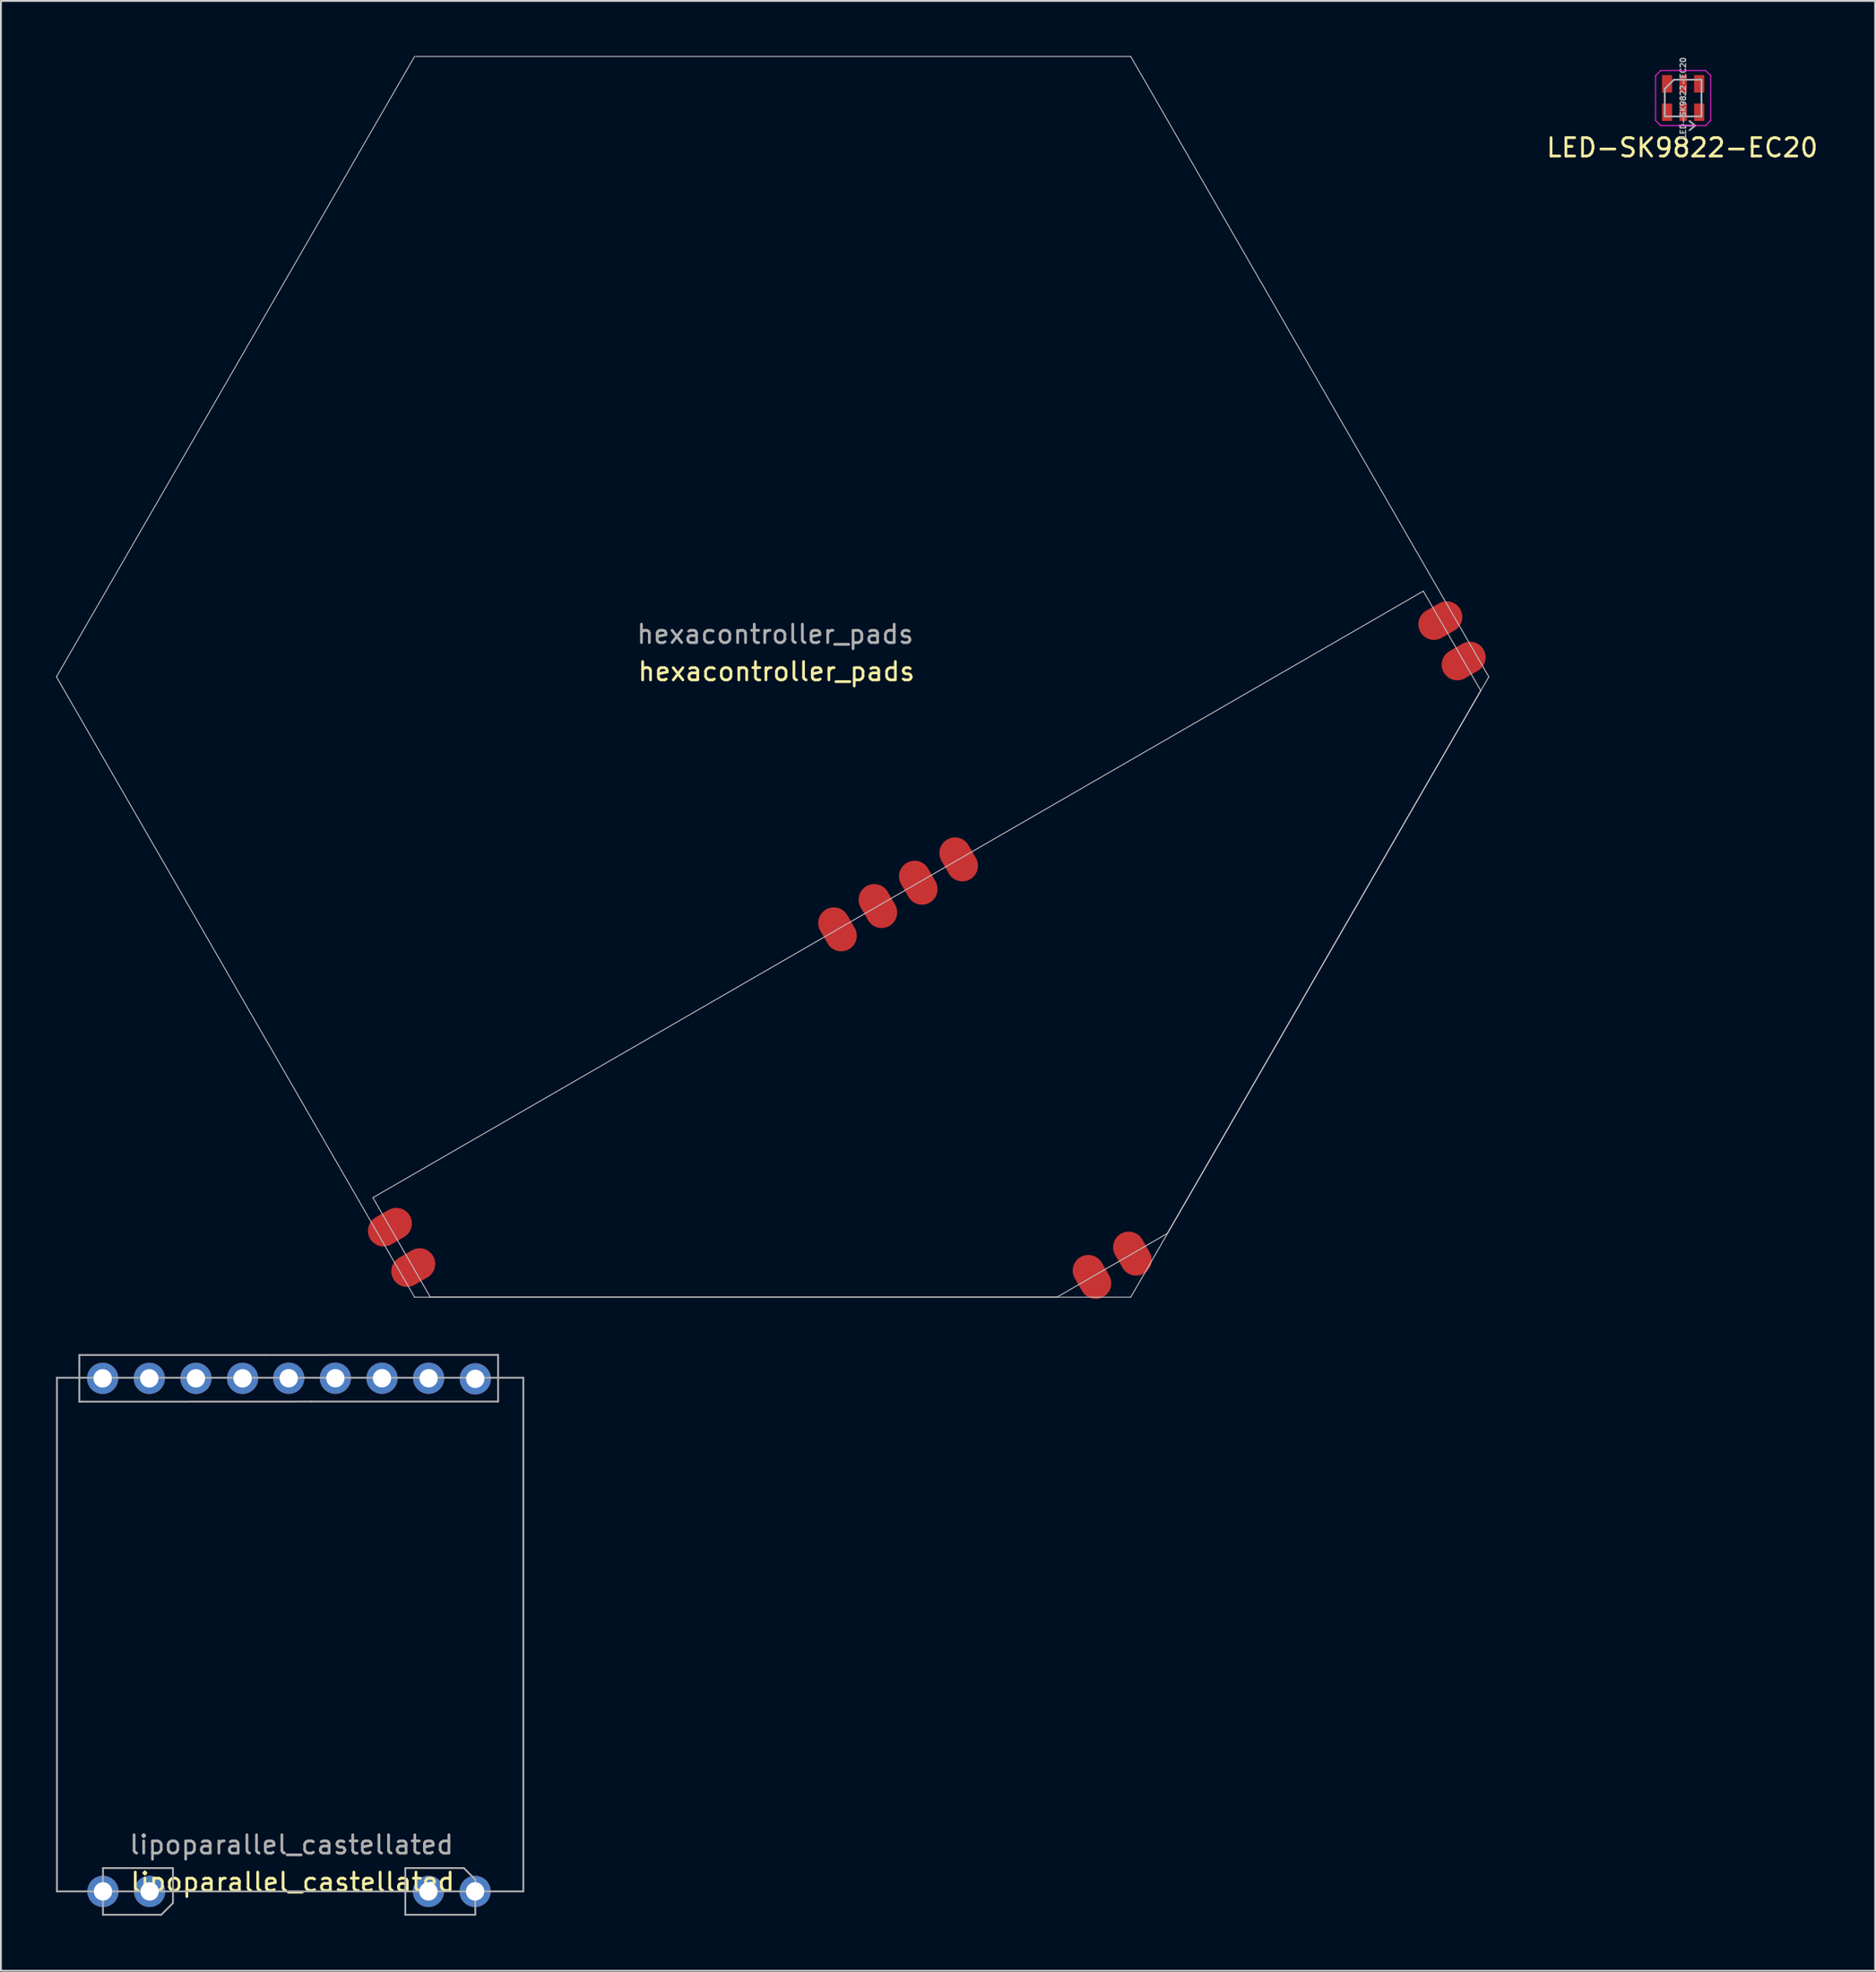
<source format=kicad_pcb>
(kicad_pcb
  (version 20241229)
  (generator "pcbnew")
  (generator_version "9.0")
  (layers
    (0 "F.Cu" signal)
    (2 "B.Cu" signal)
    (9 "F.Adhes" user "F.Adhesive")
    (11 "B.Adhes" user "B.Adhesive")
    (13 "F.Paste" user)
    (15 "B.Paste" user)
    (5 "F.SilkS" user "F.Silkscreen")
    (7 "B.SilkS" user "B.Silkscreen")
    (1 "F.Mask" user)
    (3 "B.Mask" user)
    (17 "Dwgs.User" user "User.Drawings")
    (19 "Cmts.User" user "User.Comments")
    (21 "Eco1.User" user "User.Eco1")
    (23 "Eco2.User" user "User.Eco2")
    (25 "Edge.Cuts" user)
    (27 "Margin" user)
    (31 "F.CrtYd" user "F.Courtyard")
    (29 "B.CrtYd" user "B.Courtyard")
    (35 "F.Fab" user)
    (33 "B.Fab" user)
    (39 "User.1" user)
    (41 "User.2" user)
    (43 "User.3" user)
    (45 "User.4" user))
  (footprint "hexacontroller_pads"
    (layer "F.Cu")
    (at 39.025 33.8)
    (property "Reference" "hexacontroller_pads" (at 0.206 -0.288 0) (unlocked yes) (layer "F.SilkS") (effects (font (size 1 1) (thickness 0.15))))
    (attr through_hole)
    (fp_line (start -39 0) (end -19.5 -33.775) (stroke (width 0.05) (type default)) (layer "Dwgs.User"))
    (fp_line (start -21.769 28.357) (end 35.432 -4.668) (stroke (width 0.05) (type default)) (layer "Dwgs.User"))
    (fp_line (start -19.5 33.775) (end -39 0) (stroke (width 0.05) (type default)) (layer "Dwgs.User"))
    (fp_line (start -19.45 -33.775) (end 19.5 -33.775) (stroke (width 0.05) (type default)) (layer "Dwgs.User"))
    (fp_line (start -18.644 33.77) (end -21.769 28.357) (stroke (width 0.05) (type default)) (layer "Dwgs.User"))
    (fp_line (start 15.49 33.77) (end -18.644 33.77) (stroke (width 0.05) (type default)) (layer "Dwgs.User"))
    (fp_line (start 15.49 33.77) (end 21.49 30.306) (stroke (width 0.05) (type default)) (layer "Dwgs.User"))
    (fp_line (start 19.5 -33.775) (end 39 0) (stroke (width 0.05) (type default)) (layer "Dwgs.User"))
    (fp_line (start 19.5 33.775) (end -19.5 33.775) (stroke (width 0.05) (type default)) (layer "Dwgs.User"))
    (fp_line (start 38.557 0.745) (end 21.49 30.306) (stroke (width 0.05) (type default)) (layer "Dwgs.User"))
    (fp_line (start 38.557 0.745) (end 35.432 -4.668) (stroke (width 0.05) (type default)) (layer "Dwgs.User"))
    (fp_line (start 39 0) (end 19.5 33.775) (stroke (width 0.05) (type default)) (layer "Dwgs.User"))
    (fp_text user "${REFERENCE}" (at 0.142 -2.32 0) (layer "F.Fab") (effects (font (size 1 1) (thickness 0.15))))
    (pad "1" smd oval (at 3.532 13.75 210) (size 1.7 2.5) (layers "F.Cu" "F.Mask" "F.Paste"))
    (pad "1" smd oval (at 10.131 9.94 210) (size 1.7 2.5) (layers "F.Cu" "F.Mask" "F.Paste"))
    (pad "1" smd oval (at 17.39 32.673 30) (size 1.7 2.5) (layers "F.Cu" "F.Mask" "F.Paste"))
    (pad "1" smd oval (at 19.59 31.403 30) (size 1.7 2.5) (layers "F.Cu" "F.Mask" "F.Paste"))
    (pad "2" smd oval (at 5.732 12.48 210) (size 1.7 2.5) (layers "F.Cu" "F.Mask" "F.Paste"))
    (pad "2" smd oval (at 7.931 11.21 210) (size 1.7 2.5) (layers "F.Cu" "F.Mask" "F.Paste"))
    (pad "3" smd oval (at -20.841 29.964 300) (size 1.7 2.5) (layers "F.Cu" "F.Mask" "F.Paste"))
    (pad "4" smd oval (at -19.571 32.164 300) (size 1.7 2.5) (layers "F.Cu" "F.Mask" "F.Paste"))
    (pad "5" smd oval (at 36.359 -3.061 300) (size 1.7 2.5) (layers "F.Cu" "F.Mask" "F.Paste"))
    (pad "6" smd oval (at 37.629 -0.861 300) (size 1.7 2.5) (layers "F.Cu" "F.Mask" "F.Paste")))
  (footprint "lipoparallel_castellated"
    (layer "F.Cu")
    (at 12.672 99.929)
    (property "Reference" "lipoparallel_castellated" (at 0.216 -0.508 0) (unlocked yes) (layer "F.SilkS") (effects (font (size 1 1) (thickness 0.15))))
    (attr through_hole)
    (fp_line (start -12.622 0) (end -12.622 -27.967) (stroke (width 0.1) (type default)) (layer "F.Fab"))
    (fp_line (start -12.622 0) (end 12.776 0) (stroke (width 0.1) (type default)) (layer "F.Fab"))
    (fp_line (start -11.402 -29.204) (end -1.242 -29.204) (stroke (width 0.1) (type solid)) (layer "F.Fab"))
    (fp_line (start -11.402 -26.664) (end -11.402 -29.204) (stroke (width 0.1) (type solid)) (layer "F.Fab"))
    (fp_line (start -10.114 -1.27) (end -6.304 -1.27) (stroke (width 0.1) (type solid)) (layer "F.Fab"))
    (fp_line (start -10.114 1.27) (end -10.114 -1.27) (stroke (width 0.1) (type solid)) (layer "F.Fab"))
    (fp_line (start -6.939 1.27) (end -10.114 1.27) (stroke (width 0.1) (type solid)) (layer "F.Fab"))
    (fp_line (start -6.304 -1.27) (end -6.304 0.635) (stroke (width 0.1) (type solid)) (layer "F.Fab"))
    (fp_line (start -6.304 0.635) (end -6.939 1.27) (stroke (width 0.1) (type solid)) (layer "F.Fab"))
    (fp_line (start -1.242 -29.204) (end 11.402 -29.21) (stroke (width 0.1) (type solid)) (layer "F.Fab"))
    (fp_line (start 1.242 -26.67) (end -11.402 -26.664) (stroke (width 0.1) (type solid)) (layer "F.Fab"))
    (fp_line (start 6.34 1.27) (end 10.16 1.27) (stroke (width 0.1) (type solid)) (layer "F.Fab"))
    (fp_line (start 6.35 -1.27) (end 9.538 -1.27) (stroke (width 0.1) (type solid)) (layer "F.Fab"))
    (fp_line (start 6.35 1.27) (end 6.35 -1.27) (stroke (width 0.1) (type solid)) (layer "F.Fab"))
    (fp_line (start 10.16 -0.648) (end 9.538 -1.27) (stroke (width 0.1) (type solid)) (layer "F.Fab"))
    (fp_line (start 10.16 -0.648) (end 10.16 1.27) (stroke (width 0.1) (type solid)) (layer "F.Fab"))
    (fp_line (start 11.402 -29.21) (end 11.402 -26.67) (stroke (width 0.1) (type solid)) (layer "F.Fab"))
    (fp_line (start 11.402 -26.67) (end 1.242 -26.67) (stroke (width 0.1) (type solid)) (layer "F.Fab"))
    (fp_line (start 12.776 -27.967) (end -12.622 -27.967) (stroke (width 0.1) (type default)) (layer "F.Fab"))
    (fp_line (start 12.776 0) (end 12.776 -27.967) (stroke (width 0.1) (type default)) (layer "F.Fab"))
    (fp_text user "${REFERENCE}" (at 0.152 -2.54 0) (layer "F.Fab") (effects (font (size 1 1) (thickness 0.15))))
    (pad "1" thru_hole oval (at 10.15 0 90) (size 1.7 1.7) (drill 1) (layers "*.Cu" "*.Mask"))
    (pad "2" thru_hole oval (at 7.61 0 90) (size 1.7 1.7) (drill 1) (layers "*.Cu" "*.Mask"))
    (pad "3" thru_hole oval (at -7.574 0 270) (size 1.7 1.7) (drill 1) (layers "*.Cu" "*.Mask"))
    (pad "4" thru_hole oval (at -10.114 0 270) (size 1.7 1.7) (drill 1) (layers "*.Cu" "*.Mask"))
    (pad "5" thru_hole oval (at -10.132 -27.934 270) (size 1.7 1.7) (drill 1) (layers "*.Cu" "*.Mask"))
    (pad "6" thru_hole oval (at -7.592 -27.934 270) (size 1.7 1.7) (drill 1) (layers "*.Cu" "*.Mask"))
    (pad "7" thru_hole oval (at -5.052 -27.934 270) (size 1.7 1.7) (drill 1) (layers "*.Cu" "*.Mask"))
    (pad "8" thru_hole circle (at -2.512 -27.934 270) (size 1.7 1.7) (drill 1) (layers "*.Cu" "*.Mask"))
    (pad "9" thru_hole oval (at 0 -27.94 90) (size 1.7 1.7) (drill 1) (layers "*.Cu" "*.Mask"))
    (pad "10" thru_hole oval (at 2.54 -27.94 90) (size 1.7 1.7) (drill 1) (layers "*.Cu" "*.Mask"))
    (pad "11" thru_hole oval (at 5.08 -27.94 90) (size 1.7 1.7) (drill 1) (layers "*.Cu" "*.Mask"))
    (pad "12" thru_hole oval (at 7.62 -27.94 90) (size 1.7 1.7) (drill 1) (layers "*.Cu" "*.Mask"))
    (pad "13" thru_hole oval (at 10.16 -27.907 90) (size 1.7 1.7) (drill 1) (layers "*.Cu" "*.Mask")))
  (footprint "LED-SK9822-EC20"
    (layer "F.Cu")
    (at 88.606 2.289)
    (property "Reference" "LED-SK9822-EC20" (at -0.05 2.7 0) (layer "F.SilkS") (effects (font (size 1 1) (thickness 0.15))))
    (attr smd)
    (fp_line (start -1.5 1.219) (end -1.5 -1.219) (stroke (width 0.05) (type solid)) (layer "F.CrtYd"))
    (fp_line (start -1.5 1.219) (end -1.219 1.5) (stroke (width 0.05) (type solid)) (layer "F.CrtYd"))
    (fp_line (start -1.219 -1.5) (end -1.5 -1.219) (stroke (width 0.05) (type solid)) (layer "F.CrtYd"))
    (fp_line (start 1.219 -1.5) (end -1.219 -1.5) (stroke (width 0.05) (type solid)) (layer "F.CrtYd"))
    (fp_line (start 1.219 -1.5) (end 1.5 -1.219) (stroke (width 0.05) (type solid)) (layer "F.CrtYd"))
    (fp_line (start 1.219 1.5) (end -1.219 1.5) (stroke (width 0.05) (type solid)) (layer "F.CrtYd"))
    (fp_line (start 1.5 -1.219) (end 1.5 1.219) (stroke (width 0.05) (type solid)) (layer "F.CrtYd"))
    (fp_line (start 1.5 1.219) (end 1.219 1.5) (stroke (width 0.05) (type solid)) (layer "F.CrtYd"))
    (fp_line (start -1 1) (end -1 -0.5) (stroke (width 0.1) (type solid)) (layer "F.Fab"))
    (fp_line (start -0.5 -1) (end -1 -0.5) (stroke (width 0.1) (type solid)) (layer "F.Fab"))
    (fp_line (start -0.5 -1) (end 1 -1) (stroke (width 0.1) (type solid)) (layer "F.Fab"))
    (fp_line (start -0.2 1.5) (end 0.65 1.5) (stroke (width 0.1) (type solid)) (layer "F.Fab"))
    (fp_line (start 0.35 1.25) (end 0.65 1.5) (stroke (width 0.1) (type solid)) (layer "F.Fab"))
    (fp_line (start 0.35 1.75) (end 0.65 1.5) (stroke (width 0.1) (type solid)) (layer "F.Fab"))
    (fp_line (start 1 -1) (end 1 1) (stroke (width 0.1) (type solid)) (layer "F.Fab"))
    (fp_line (start 1 1) (end -1 1) (stroke (width 0.1) (type solid)) (layer "F.Fab"))
    (fp_text user "${REFERENCE}" (at 0 0 270) (layer "F.Fab") (effects (font (size 0.3 0.3) (thickness 0.07))))
    (pad "1" smd rect (at 0.875 -0.775) (size 0.55 0.95) (layers "F.Cu" "F.Mask" "F.Paste"))
    (pad "2" smd rect (at 0 -0.775) (size 0.4 0.95) (layers "F.Cu" "F.Mask" "F.Paste"))
    (pad "3" smd rect (at -0.875 -0.775) (size 0.55 0.95) (layers "F.Cu" "F.Mask" "F.Paste"))
    (pad "4" smd rect (at -0.875 0.775) (size 0.55 0.95) (layers "F.Cu" "F.Mask" "F.Paste"))
    (pad "5" smd rect (at 0 0.775) (size 0.4 0.95) (layers "F.Cu" "F.Mask" "F.Paste"))
    (pad "6" smd rect (at 0.875 0.775) (size 0.55 0.95) (layers "F.Cu" "F.Mask" "F.Paste")))
  (gr_rect
    (start -3 -3)
    (end 99.062 104.249)
    (stroke (width 0.1) (type default))
    (fill no)
    (layer "Edge.Cuts")))
</source>
